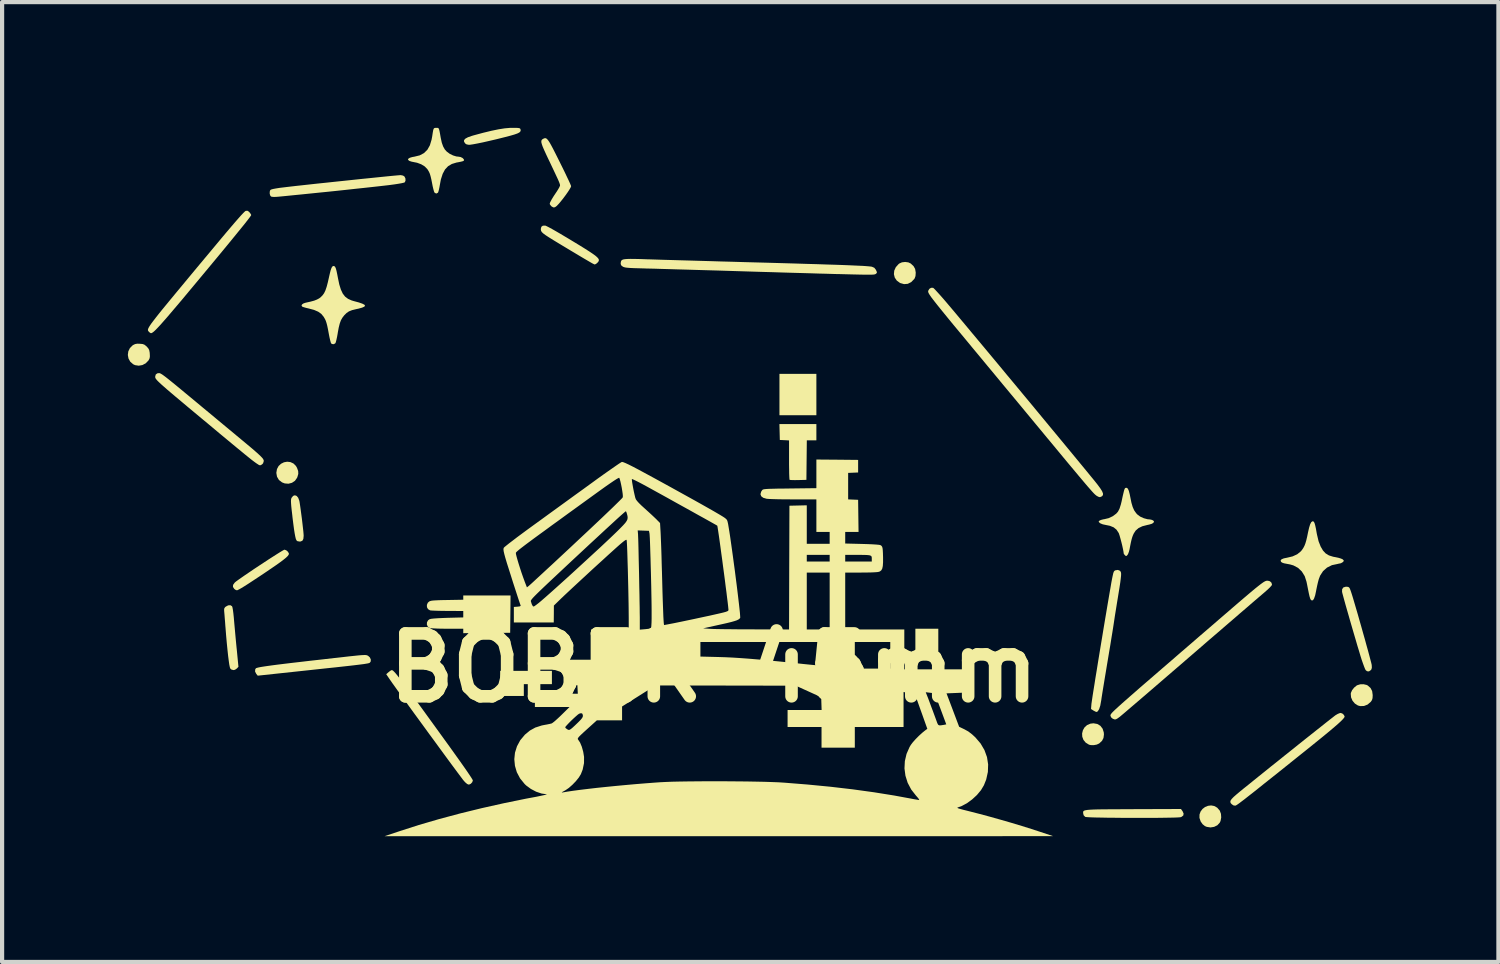
<source format=kicad_pcb>
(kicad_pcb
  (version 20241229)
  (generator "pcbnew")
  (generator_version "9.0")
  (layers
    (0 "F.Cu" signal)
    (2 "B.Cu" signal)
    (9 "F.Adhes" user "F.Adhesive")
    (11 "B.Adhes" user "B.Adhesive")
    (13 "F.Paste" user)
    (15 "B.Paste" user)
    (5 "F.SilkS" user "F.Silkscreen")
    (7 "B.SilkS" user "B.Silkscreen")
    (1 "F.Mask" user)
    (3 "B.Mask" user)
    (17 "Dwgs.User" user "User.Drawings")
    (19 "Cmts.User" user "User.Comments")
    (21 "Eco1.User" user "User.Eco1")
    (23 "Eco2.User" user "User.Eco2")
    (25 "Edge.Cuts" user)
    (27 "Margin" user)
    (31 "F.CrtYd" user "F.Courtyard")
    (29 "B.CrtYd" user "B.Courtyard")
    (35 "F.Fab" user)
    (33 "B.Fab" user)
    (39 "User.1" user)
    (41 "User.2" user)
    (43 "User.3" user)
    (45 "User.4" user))
  (footprint "BOBER 45mm"
    (layer "F.Cu")
    (at 13.978 12.885)
    (property "Reference" "BOBER 45mm" (at 0 0 0) (layer "F.SilkS") (effects (font (size 1.5 1.5) (thickness 0.3))))
    (attr board_only exclude_from_pos_files exclude_from_bom)
    (fp_poly (pts (xy 2.45 -6.522) (xy 2.45 -6.028) (xy 2.009 -6.028) (xy 1.569 -6.028) (xy 1.569 -6.522) (xy 1.569 -7.015) (xy 2.009 -7.015) (xy 2.45 -7.015)) (stroke (width 0) (type solid)) (fill yes) (layer "F.SilkS"))
    (fp_poly (pts (xy 5.359 -0.564) (xy 5.359 -0.194) (xy 5.085 -0.194) (xy 4.812 -0.194) (xy 4.812 -0.564) (xy 4.812 -0.934) (xy 5.085 -0.934) (xy 5.359 -0.934)) (stroke (width 0) (type solid)) (fill yes) (layer "F.SilkS"))
    (fp_poly (pts (xy -3.86 0.229) (xy -3.86 0.388) (xy -4.195 0.388) (xy -4.53 0.388) (xy -4.53 0.529) (xy -4.53 0.67) (xy -4.812 0.67) (xy -5.094 0.67) (xy -5.094 0.37) (xy -5.094 0.071) (xy -4.477 0.071) (xy -3.86 0.071)) (stroke (width 0) (type solid)) (fill yes) (layer "F.SilkS"))
    (fp_poly (pts (xy -10.099 -4.91) (xy -10.027 -4.877) (xy -9.968 -4.819) (xy -9.941 -4.772) (xy -9.914 -4.696) (xy -9.911 -4.629) (xy -9.932 -4.556) (xy -9.941 -4.534) (xy -9.991 -4.463) (xy -10.062 -4.416) (xy -10.145 -4.394) (xy -10.234 -4.401) (xy -10.299 -4.426) (xy -10.373 -4.483) (xy -10.419 -4.561) (xy -10.435 -4.653) (xy -10.42 -4.743) (xy -10.381 -4.816) (xy -10.323 -4.87) (xy -10.253 -4.905) (xy -10.176 -4.919)) (stroke (width 0) (type solid)) (fill yes) (layer "F.SilkS"))
    (fp_poly (pts (xy 9.152 1.338) (xy 9.226 1.382) (xy 9.279 1.451) (xy 9.307 1.539) (xy 9.311 1.589) (xy 9.3 1.673) (xy 9.265 1.741) (xy 9.199 1.802) (xy 9.198 1.803) (xy 9.14 1.83) (xy 9.066 1.844) (xy 8.993 1.842) (xy 8.954 1.832) (xy 8.875 1.783) (xy 8.822 1.718) (xy 8.794 1.643) (xy 8.79 1.565) (xy 8.809 1.488) (xy 8.848 1.42) (xy 8.908 1.365) (xy 8.987 1.331) (xy 9.061 1.322)) (stroke (width 0) (type solid)) (fill yes) (layer "F.SilkS"))
    (fp_poly (pts (xy 11.944 3.296) (xy 12.014 3.336) (xy 12.073 3.404) (xy 12.075 3.407) (xy 12.103 3.482) (xy 12.109 3.569) (xy 12.093 3.653) (xy 12.074 3.693) (xy 12.017 3.755) (xy 11.94 3.793) (xy 11.853 3.807) (xy 11.764 3.793) (xy 11.721 3.775) (xy 11.664 3.729) (xy 11.619 3.665) (xy 11.59 3.579) (xy 11.591 3.499) (xy 11.617 3.427) (xy 11.663 3.366) (xy 11.723 3.32) (xy 11.794 3.291) (xy 11.869 3.282)) (stroke (width 0) (type solid)) (fill yes) (layer "F.SilkS"))
    (fp_poly (pts (xy 4.644 -9.675) (xy 4.701 -9.648) (xy 4.768 -9.586) (xy 4.806 -9.519) (xy 4.82 -9.435) (xy 4.82 -9.423) (xy 4.815 -9.349) (xy 4.796 -9.296) (xy 4.785 -9.278) (xy 4.712 -9.204) (xy 4.63 -9.163) (xy 4.542 -9.156) (xy 4.45 -9.182) (xy 4.444 -9.185) (xy 4.368 -9.241) (xy 4.32 -9.312) (xy 4.3 -9.393) (xy 4.308 -9.478) (xy 4.345 -9.56) (xy 4.41 -9.633) (xy 4.429 -9.648) (xy 4.491 -9.676) (xy 4.568 -9.685)) (stroke (width 0) (type solid)) (fill yes) (layer "F.SilkS"))
    (fp_poly (pts (xy 2.45 -5.623) (xy 2.45 -5.429) (xy 2.336 -5.429) (xy 2.222 -5.429) (xy 2.217 -4.957) (xy 2.212 -4.486) (xy 2.017 -4.481) (xy 1.938 -4.48) (xy 1.871 -4.481) (xy 1.826 -4.484) (xy 1.81 -4.488) (xy 1.807 -4.509) (xy 1.804 -4.559) (xy 1.801 -4.636) (xy 1.8 -4.733) (xy 1.798 -4.847) (xy 1.798 -4.964) (xy 1.798 -5.427) (xy 1.688 -5.433) (xy 1.578 -5.438) (xy 1.573 -5.627) (xy 1.568 -5.817) (xy 2.009 -5.817) (xy 2.45 -5.817)) (stroke (width 0) (type solid)) (fill yes) (layer "F.SilkS"))
    (fp_poly (pts (xy 15.578 0.407) (xy 15.606 0.421) (xy 15.672 0.48) (xy 15.71 0.553) (xy 15.723 0.647) (xy 15.723 0.655) (xy 15.72 0.72) (xy 15.707 0.766) (xy 15.68 0.807) (xy 15.675 0.812) (xy 15.602 0.875) (xy 15.516 0.909) (xy 15.426 0.912) (xy 15.37 0.897) (xy 15.298 0.851) (xy 15.241 0.783) (xy 15.207 0.703) (xy 15.2 0.62) (xy 15.203 0.597) (xy 15.231 0.533) (xy 15.281 0.47) (xy 15.342 0.42) (xy 15.354 0.414) (xy 15.425 0.392) (xy 15.505 0.39)) (stroke (width 0) (type solid)) (fill yes) (layer "F.SilkS"))
    (fp_poly (pts (xy -13.691 -7.733) (xy -13.627 -7.727) (xy -13.584 -7.712) (xy -13.545 -7.682) (xy -13.526 -7.665) (xy -13.489 -7.622) (xy -13.468 -7.581) (xy -13.457 -7.525) (xy -13.455 -7.498) (xy -13.452 -7.434) (xy -13.458 -7.389) (xy -13.477 -7.349) (xy -13.487 -7.333) (xy -13.551 -7.267) (xy -13.631 -7.225) (xy -13.718 -7.21) (xy -13.805 -7.223) (xy -13.85 -7.244) (xy -13.92 -7.305) (xy -13.962 -7.381) (xy -13.978 -7.466) (xy -13.967 -7.551) (xy -13.929 -7.63) (xy -13.864 -7.695) (xy -13.85 -7.704) (xy -13.804 -7.726) (xy -13.752 -7.735)) (stroke (width 0) (type solid)) (fill yes) (layer "F.SilkS"))
    (fp_poly (pts (xy -4.724 -12.885) (xy -4.669 -12.882) (xy -4.637 -12.877) (xy -4.619 -12.868) (xy -4.61 -12.853) (xy -4.609 -12.848) (xy -4.605 -12.82) (xy -4.614 -12.796) (xy -4.639 -12.773) (xy -4.685 -12.75) (xy -4.753 -12.726) (xy -4.849 -12.698) (xy -4.975 -12.665) (xy -5.007 -12.657) (xy -5.191 -12.611) (xy -5.359 -12.572) (xy -5.508 -12.538) (xy -5.635 -12.512) (xy -5.736 -12.493) (xy -5.809 -12.482) (xy -5.841 -12.48) (xy -5.895 -12.49) (xy -5.929 -12.512) (xy -5.956 -12.554) (xy -5.956 -12.592) (xy -5.925 -12.627) (xy -5.864 -12.66) (xy -5.77 -12.693) (xy -5.726 -12.706) (xy -5.5 -12.767) (xy -5.302 -12.815) (xy -5.132 -12.85) (xy -4.986 -12.873) (xy -4.86 -12.884) (xy -4.808 -12.885)) (stroke (width 0) (type solid)) (fill yes) (layer "F.SilkS"))
    (fp_poly (pts (xy -9.951 -4.103) (xy -9.914 -4.06) (xy -9.888 -3.991) (xy -9.887 -3.991) (xy -9.879 -3.946) (xy -9.868 -3.874) (xy -9.855 -3.782) (xy -9.841 -3.676) (xy -9.826 -3.564) (xy -9.813 -3.453) (xy -9.801 -3.348) (xy -9.791 -3.259) (xy -9.785 -3.19) (xy -9.783 -3.151) (xy -9.79 -3.079) (xy -9.812 -3.035) (xy -9.854 -3.016) (xy -9.88 -3.014) (xy -9.934 -3.024) (xy -9.956 -3.045) (xy -9.97 -3.079) (xy -9.983 -3.132) (xy -9.997 -3.207) (xy -10.013 -3.308) (xy -10.03 -3.437) (xy -10.05 -3.598) (xy -10.054 -3.639) (xy -10.069 -3.765) (xy -10.079 -3.86) (xy -10.084 -3.93) (xy -10.086 -3.981) (xy -10.084 -4.015) (xy -10.079 -4.04) (xy -10.072 -4.057) (xy -10.035 -4.103) (xy -9.993 -4.118)) (stroke (width 0) (type solid)) (fill yes) (layer "F.SilkS"))
    (fp_poly (pts (xy -11.492 -1.471) (xy -11.482 -1.443) (xy -11.471 -1.384) (xy -11.46 -1.3) (xy -11.449 -1.194) (xy -11.446 -1.158) (xy -11.437 -1.053) (xy -11.425 -0.923) (xy -11.412 -0.778) (xy -11.398 -0.628) (xy -11.384 -0.485) (xy -11.38 -0.449) (xy -11.339 -0.026) (xy -11.375 0.013) (xy -11.421 0.045) (xy -11.46 0.053) (xy -11.512 0.037) (xy -11.535 0.013) (xy -11.545 -0.018) (xy -11.558 -0.082) (xy -11.571 -0.175) (xy -11.586 -0.293) (xy -11.601 -0.434) (xy -11.617 -0.595) (xy -11.633 -0.772) (xy -11.648 -0.963) (xy -11.651 -0.996) (xy -11.658 -1.095) (xy -11.666 -1.189) (xy -11.672 -1.27) (xy -11.677 -1.327) (xy -11.678 -1.334) (xy -11.681 -1.39) (xy -11.675 -1.424) (xy -11.656 -1.449) (xy -11.64 -1.462) (xy -11.584 -1.492) (xy -11.531 -1.495)) (stroke (width 0) (type solid)) (fill yes) (layer "F.SilkS"))
    (fp_poly (pts (xy -10.199 -2.806) (xy -10.16 -2.773) (xy -10.137 -2.734) (xy -10.135 -2.721) (xy -10.142 -2.698) (xy -10.164 -2.668) (xy -10.203 -2.63) (xy -10.262 -2.582) (xy -10.343 -2.521) (xy -10.447 -2.447) (xy -10.579 -2.357) (xy -10.665 -2.298) (xy -10.838 -2.182) (xy -10.984 -2.086) (xy -11.104 -2.007) (xy -11.2 -1.946) (xy -11.274 -1.901) (xy -11.328 -1.871) (xy -11.363 -1.854) (xy -11.378 -1.851) (xy -11.409 -1.862) (xy -11.44 -1.886) (xy -11.47 -1.932) (xy -11.467 -1.98) (xy -11.43 -2.032) (xy -11.426 -2.036) (xy -11.398 -2.06) (xy -11.345 -2.099) (xy -11.272 -2.15) (xy -11.183 -2.212) (xy -11.081 -2.281) (xy -10.971 -2.356) (xy -10.856 -2.432) (xy -10.74 -2.508) (xy -10.628 -2.582) (xy -10.522 -2.65) (xy -10.428 -2.71) (xy -10.348 -2.76) (xy -10.288 -2.796) (xy -10.25 -2.817) (xy -10.24 -2.82)) (stroke (width 0) (type solid)) (fill yes) (layer "F.SilkS"))
    (fp_poly (pts (xy 11.188 3.422) (xy 11.212 3.477) (xy 11.204 3.522) (xy 11.161 3.555) (xy 11.147 3.561) (xy 11.118 3.565) (xy 11.059 3.569) (xy 10.972 3.572) (xy 10.861 3.574) (xy 10.73 3.576) (xy 10.583 3.578) (xy 10.423 3.579) (xy 10.254 3.579) (xy 10.08 3.579) (xy 9.904 3.579) (xy 9.73 3.578) (xy 9.563 3.576) (xy 9.405 3.575) (xy 9.26 3.572) (xy 9.132 3.57) (xy 9.025 3.567) (xy 8.942 3.563) (xy 8.888 3.559) (xy 8.866 3.556) (xy 8.828 3.519) (xy 8.817 3.479) (xy 8.815 3.459) (xy 8.814 3.442) (xy 8.817 3.427) (xy 8.827 3.414) (xy 8.845 3.404) (xy 8.875 3.396) (xy 8.918 3.389) (xy 8.978 3.384) (xy 9.056 3.38) (xy 9.155 3.377) (xy 9.277 3.375) (xy 9.426 3.374) (xy 9.603 3.373) (xy 9.81 3.372) (xy 10.01 3.371) (xy 11.149 3.367)) (stroke (width 0) (type solid)) (fill yes) (layer "F.SilkS"))
    (fp_poly (pts (xy -3.988 -10.54) (xy -3.933 -10.512) (xy -3.857 -10.471) (xy -3.764 -10.418) (xy -3.659 -10.357) (xy -3.545 -10.289) (xy -3.519 -10.274) (xy -3.34 -10.166) (xy -3.19 -10.075) (xy -3.066 -9.998) (xy -2.966 -9.934) (xy -2.887 -9.881) (xy -2.827 -9.838) (xy -2.785 -9.802) (xy -2.758 -9.773) (xy -2.743 -9.749) (xy -2.739 -9.728) (xy -2.744 -9.707) (xy -2.749 -9.696) (xy -2.774 -9.666) (xy -2.808 -9.638) (xy -2.838 -9.625) (xy -2.841 -9.625) (xy -2.859 -9.633) (xy -2.895 -9.651) (xy -2.9 -9.654) (xy -2.937 -9.675) (xy -3 -9.712) (xy -3.084 -9.761) (xy -3.182 -9.819) (xy -3.292 -9.885) (xy -3.406 -9.953) (xy -3.522 -10.023) (xy -3.634 -10.09) (xy -3.736 -10.152) (xy -3.825 -10.206) (xy -3.894 -10.249) (xy -3.931 -10.272) (xy -4.012 -10.325) (xy -4.066 -10.365) (xy -4.1 -10.397) (xy -4.118 -10.427) (xy -4.124 -10.459) (xy -4.125 -10.471) (xy -4.112 -10.524) (xy -4.075 -10.551) (xy -4.017 -10.552)) (stroke (width 0) (type solid)) (fill yes) (layer "F.SilkS"))
    (fp_poly (pts (xy 15.109 -1.936) (xy 15.14 -1.931) (xy 15.161 -1.918) (xy 15.179 -1.89) (xy 15.198 -1.839) (xy 15.209 -1.807) (xy 15.229 -1.745) (xy 15.256 -1.657) (xy 15.288 -1.548) (xy 15.325 -1.422) (xy 15.366 -1.283) (xy 15.408 -1.134) (xy 15.452 -0.981) (xy 15.495 -0.827) (xy 15.538 -0.676) (xy 15.577 -0.533) (xy 15.614 -0.401) (xy 15.645 -0.285) (xy 15.67 -0.19) (xy 15.689 -0.118) (xy 15.699 -0.074) (xy 15.7 -0.066) (xy 15.703 -0.007) (xy 15.694 0.032) (xy 15.679 0.053) (xy 15.634 0.084) (xy 15.589 0.08) (xy 15.556 0.054) (xy 15.541 0.026) (xy 15.519 -0.029) (xy 15.491 -0.106) (xy 15.459 -0.198) (xy 15.429 -0.294) (xy 15.397 -0.402) (xy 15.359 -0.526) (xy 15.319 -0.664) (xy 15.276 -0.81) (xy 15.232 -0.961) (xy 15.188 -1.112) (xy 15.146 -1.259) (xy 15.106 -1.398) (xy 15.07 -1.524) (xy 15.04 -1.633) (xy 15.016 -1.721) (xy 14.999 -1.784) (xy 14.992 -1.816) (xy 14.994 -1.877) (xy 15.023 -1.919) (xy 15.078 -1.936)) (stroke (width 0) (type solid)) (fill yes) (layer "F.SilkS"))
    (fp_poly (pts (xy -8.294 -0.305) (xy -8.274 -0.301) (xy -8.258 -0.294) (xy -8.244 -0.287) (xy -8.203 -0.249) (xy -8.181 -0.201) (xy -8.183 -0.154) (xy -8.202 -0.126) (xy -8.209 -0.121) (xy -8.221 -0.116) (xy -8.238 -0.11) (xy -8.263 -0.105) (xy -8.299 -0.099) (xy -8.347 -0.091) (xy -8.41 -0.083) (xy -8.491 -0.073) (xy -8.59 -0.061) (xy -8.712 -0.047) (xy -8.858 -0.031) (xy -9.029 -0.012) (xy -9.23 0.009) (xy -9.461 0.034) (xy -9.692 0.059) (xy -10.879 0.186) (xy -10.913 0.144) (xy -10.942 0.088) (xy -10.939 0.037) (xy -10.924 0.012) (xy -10.914 0.005) (xy -10.891 -0.002) (xy -10.855 -0.011) (xy -10.804 -0.021) (xy -10.735 -0.032) (xy -10.648 -0.045) (xy -10.539 -0.06) (xy -10.409 -0.077) (xy -10.254 -0.096) (xy -10.072 -0.118) (xy -9.863 -0.142) (xy -9.625 -0.17) (xy -9.355 -0.2) (xy -9.052 -0.235) (xy -9.019 -0.238) (xy -8.842 -0.258) (xy -8.696 -0.275) (xy -8.578 -0.287) (xy -8.485 -0.297) (xy -8.414 -0.303) (xy -8.36 -0.306) (xy -8.321 -0.307)) (stroke (width 0) (type solid)) (fill yes) (layer "F.SilkS"))
    (fp_poly (pts (xy -4.851 -1.282) (xy -4.856 -0.837) (xy -5.416 -0.833) (xy -5.975 -0.828) (xy -5.975 -0.881) (xy -5.975 -0.934) (xy -6.353 -0.934) (xy -6.468 -0.935) (xy -6.573 -0.937) (xy -6.662 -0.941) (xy -6.73 -0.945) (xy -6.771 -0.95) (xy -6.777 -0.952) (xy -6.822 -0.985) (xy -6.843 -1.033) (xy -6.841 -1.087) (xy -6.814 -1.135) (xy -6.78 -1.16) (xy -6.744 -1.17) (xy -6.675 -1.178) (xy -6.573 -1.185) (xy -6.438 -1.191) (xy -6.354 -1.194) (xy -5.975 -1.204) (xy -5.975 -1.281) (xy -5.975 -1.357) (xy -6.35 -1.359) (xy -6.464 -1.36) (xy -6.568 -1.362) (xy -6.657 -1.365) (xy -6.724 -1.368) (xy -6.763 -1.372) (xy -6.768 -1.373) (xy -6.816 -1.402) (xy -6.841 -1.448) (xy -6.843 -1.502) (xy -6.821 -1.554) (xy -6.789 -1.583) (xy -6.769 -1.593) (xy -6.74 -1.601) (xy -6.697 -1.607) (xy -6.636 -1.611) (xy -6.552 -1.615) (xy -6.441 -1.618) (xy -6.36 -1.619) (xy -5.975 -1.626) (xy -5.975 -1.676) (xy -5.975 -1.727) (xy -5.411 -1.727) (xy -4.847 -1.727)) (stroke (width 0) (type solid)) (fill yes) (layer "F.SilkS"))
    (fp_poly (pts (xy -7.668 0.056) (xy -7.651 0.066) (xy -7.63 0.086) (xy -7.601 0.116) (xy -7.565 0.159) (xy -7.519 0.217) (xy -7.461 0.291) (xy -7.392 0.382) (xy -7.309 0.494) (xy -7.21 0.627) (xy -7.096 0.784) (xy -6.963 0.966) (xy -6.826 1.155) (xy -6.634 1.42) (xy -6.462 1.658) (xy -6.309 1.869) (xy -6.177 2.054) (xy -6.063 2.213) (xy -5.967 2.349) (xy -5.89 2.46) (xy -5.83 2.548) (xy -5.786 2.615) (xy -5.759 2.659) (xy -5.747 2.683) (xy -5.746 2.686) (xy -5.761 2.728) (xy -5.795 2.765) (xy -5.836 2.784) (xy -5.843 2.785) (xy -5.881 2.771) (xy -5.931 2.728) (xy -5.963 2.692) (xy -5.986 2.664) (xy -6.026 2.61) (xy -6.084 2.533) (xy -6.156 2.436) (xy -6.242 2.32) (xy -6.338 2.19) (xy -6.442 2.048) (xy -6.554 1.895) (xy -6.67 1.736) (xy -6.79 1.573) (xy -6.91 1.408) (xy -7.029 1.245) (xy -7.146 1.085) (xy -7.257 0.932) (xy -7.361 0.788) (xy -7.456 0.656) (xy -7.541 0.54) (xy -7.612 0.44) (xy -7.669 0.361) (xy -7.708 0.304) (xy -7.717 0.292) (xy -7.813 0.151) (xy -7.757 0.102) (xy -7.718 0.071) (xy -7.686 0.054) (xy -7.68 0.053)) (stroke (width 0) (type solid)) (fill yes) (layer "F.SilkS"))
    (fp_poly (pts (xy -7.413 -11.746) (xy -7.379 -11.725) (xy -7.356 -11.681) (xy -7.352 -11.63) (xy -7.367 -11.59) (xy -7.373 -11.584) (xy -7.398 -11.575) (xy -7.451 -11.563) (xy -7.526 -11.55) (xy -7.616 -11.536) (xy -7.669 -11.529) (xy -7.751 -11.518) (xy -7.864 -11.505) (xy -8.005 -11.489) (xy -8.168 -11.471) (xy -8.351 -11.451) (xy -8.549 -11.43) (xy -8.759 -11.407) (xy -8.975 -11.384) (xy -9.195 -11.361) (xy -9.415 -11.339) (xy -9.63 -11.317) (xy -9.836 -11.296) (xy -10.03 -11.277) (xy -10.207 -11.259) (xy -10.364 -11.244) (xy -10.435 -11.238) (xy -10.495 -11.236) (xy -10.544 -11.241) (xy -10.563 -11.247) (xy -10.584 -11.277) (xy -10.594 -11.324) (xy -10.59 -11.374) (xy -10.58 -11.398) (xy -10.568 -11.408) (xy -10.543 -11.418) (xy -10.502 -11.428) (xy -10.442 -11.439) (xy -10.361 -11.452) (xy -10.254 -11.465) (xy -10.12 -11.481) (xy -9.955 -11.5) (xy -9.871 -11.509) (xy -9.67 -11.531) (xy -9.461 -11.554) (xy -9.248 -11.576) (xy -9.034 -11.599) (xy -8.822 -11.621) (xy -8.615 -11.643) (xy -8.416 -11.664) (xy -8.227 -11.683) (xy -8.052 -11.701) (xy -7.895 -11.717) (xy -7.757 -11.731) (xy -7.643 -11.742) (xy -7.554 -11.75) (xy -7.495 -11.755) (xy -7.468 -11.757)) (stroke (width 0) (type solid)) (fill yes) (layer "F.SilkS"))
    (fp_poly (pts (xy -4.001 -12.635) (xy -3.978 -12.62) (xy -3.951 -12.589) (xy -3.919 -12.542) (xy -3.88 -12.474) (xy -3.832 -12.384) (xy -3.773 -12.268) (xy -3.701 -12.124) (xy -3.675 -12.072) (xy -3.611 -11.943) (xy -3.552 -11.823) (xy -3.501 -11.715) (xy -3.458 -11.625) (xy -3.426 -11.555) (xy -3.407 -11.509) (xy -3.402 -11.493) (xy -3.412 -11.464) (xy -3.441 -11.414) (xy -3.484 -11.348) (xy -3.537 -11.273) (xy -3.596 -11.194) (xy -3.657 -11.118) (xy -3.69 -11.079) (xy -3.745 -11.021) (xy -3.787 -10.99) (xy -3.824 -10.986) (xy -3.861 -11.005) (xy -3.875 -11.017) (xy -3.902 -11.049) (xy -3.913 -11.071) (xy -3.902 -11.108) (xy -3.869 -11.171) (xy -3.816 -11.258) (xy -3.761 -11.34) (xy -3.72 -11.403) (xy -3.687 -11.459) (xy -3.669 -11.499) (xy -3.666 -11.51) (xy -3.667 -11.525) (xy -3.672 -11.544) (xy -3.681 -11.571) (xy -3.696 -11.609) (xy -3.719 -11.662) (xy -3.752 -11.732) (xy -3.795 -11.824) (xy -3.85 -11.94) (xy -3.918 -12.084) (xy -3.93 -12.108) (xy -3.994 -12.243) (xy -4.043 -12.35) (xy -4.079 -12.433) (xy -4.101 -12.496) (xy -4.112 -12.541) (xy -4.112 -12.573) (xy -4.103 -12.596) (xy -4.085 -12.613) (xy -4.07 -12.622) (xy -4.045 -12.634) (xy -4.023 -12.639)) (stroke (width 0) (type solid)) (fill yes) (layer "F.SilkS"))
    (fp_poly (pts (xy 14.998 1.088) (xy 15.034 1.12) (xy 15.053 1.156) (xy 15.053 1.161) (xy 15.048 1.178) (xy 15.031 1.202) (xy 15.002 1.235) (xy 14.958 1.279) (xy 14.899 1.333) (xy 14.822 1.4) (xy 14.726 1.482) (xy 14.61 1.578) (xy 14.472 1.691) (xy 14.31 1.822) (xy 14.124 1.972) (xy 13.925 2.131) (xy 13.693 2.317) (xy 13.487 2.482) (xy 13.305 2.627) (xy 13.146 2.753) (xy 13.009 2.863) (xy 12.891 2.957) (xy 12.791 3.035) (xy 12.707 3.101) (xy 12.639 3.154) (xy 12.583 3.196) (xy 12.54 3.229) (xy 12.507 3.252) (xy 12.482 3.269) (xy 12.465 3.279) (xy 12.453 3.285) (xy 12.451 3.286) (xy 12.408 3.284) (xy 12.364 3.256) (xy 12.337 3.228) (xy 12.326 3.199) (xy 12.332 3.167) (xy 12.358 3.128) (xy 12.407 3.078) (xy 12.481 3.013) (xy 12.554 2.952) (xy 12.643 2.879) (xy 12.751 2.793) (xy 12.873 2.694) (xy 13.008 2.585) (xy 13.154 2.468) (xy 13.306 2.345) (xy 13.465 2.219) (xy 13.625 2.09) (xy 13.786 1.962) (xy 13.944 1.835) (xy 14.097 1.713) (xy 14.243 1.597) (xy 14.379 1.489) (xy 14.502 1.392) (xy 14.61 1.306) (xy 14.7 1.235) (xy 14.771 1.18) (xy 14.818 1.143) (xy 14.84 1.127) (xy 14.892 1.097) (xy 14.938 1.079) (xy 14.957 1.075)) (stroke (width 0) (type solid)) (fill yes) (layer "F.SilkS"))
    (fp_poly (pts (xy -11.092 -10.886) (xy -11.075 -10.869) (xy -11.048 -10.833) (xy -11.035 -10.807) (xy -11.034 -10.805) (xy -11.043 -10.788) (xy -11.069 -10.751) (xy -11.114 -10.692) (xy -11.177 -10.611) (xy -11.26 -10.508) (xy -11.362 -10.383) (xy -11.484 -10.233) (xy -11.626 -10.06) (xy -11.79 -9.861) (xy -11.975 -9.638) (xy -12.183 -9.388) (xy -12.346 -9.192) (xy -12.524 -8.979) (xy -12.681 -8.79) (xy -12.819 -8.627) (xy -12.939 -8.486) (xy -13.041 -8.366) (xy -13.129 -8.266) (xy -13.202 -8.183) (xy -13.263 -8.118) (xy -13.312 -8.067) (xy -13.351 -8.03) (xy -13.382 -8.005) (xy -13.406 -7.991) (xy -13.424 -7.985) (xy -13.427 -7.985) (xy -13.451 -7.997) (xy -13.473 -8.017) (xy -13.483 -8.028) (xy -13.491 -8.038) (xy -13.497 -8.05) (xy -13.499 -8.064) (xy -13.496 -8.082) (xy -13.487 -8.105) (xy -13.471 -8.135) (xy -13.447 -8.173) (xy -13.414 -8.221) (xy -13.37 -8.279) (xy -13.315 -8.351) (xy -13.248 -8.436) (xy -13.167 -8.537) (xy -13.071 -8.654) (xy -12.96 -8.789) (xy -12.831 -8.945) (xy -12.685 -9.121) (xy -12.52 -9.32) (xy -12.335 -9.543) (xy -12.128 -9.791) (xy -12.08 -9.848) (xy -11.907 -10.056) (xy -11.756 -10.237) (xy -11.624 -10.394) (xy -11.511 -10.527) (xy -11.416 -10.638) (xy -11.338 -10.727) (xy -11.276 -10.797) (xy -11.228 -10.848) (xy -11.193 -10.883) (xy -11.171 -10.901) (xy -11.164 -10.904) (xy -11.125 -10.907)) (stroke (width 0) (type solid)) (fill yes) (layer "F.SilkS"))
    (fp_poly (pts (xy 9.693 -2.317) (xy 9.712 -2.292) (xy 9.718 -2.272) (xy 9.721 -2.241) (xy 9.719 -2.194) (xy 9.712 -2.129) (xy 9.701 -2.041) (xy 9.684 -1.929) (xy 9.661 -1.787) (xy 9.644 -1.682) (xy 9.622 -1.549) (xy 9.598 -1.398) (xy 9.573 -1.245) (xy 9.552 -1.105) (xy 9.545 -1.058) (xy 9.531 -0.967) (xy 9.512 -0.848) (xy 9.489 -0.708) (xy 9.464 -0.551) (xy 9.436 -0.386) (xy 9.408 -0.217) (xy 9.384 -0.074) (xy 9.358 0.084) (xy 9.332 0.239) (xy 9.308 0.385) (xy 9.286 0.518) (xy 9.268 0.631) (xy 9.254 0.72) (xy 9.246 0.779) (xy 9.245 0.78) (xy 9.224 0.899) (xy 9.196 0.985) (xy 9.164 1.036) (xy 9.138 1.052) (xy 9.114 1.046) (xy 9.075 1.026) (xy 9.062 1.019) (xy 9.003 0.981) (xy 9.013 0.856) (xy 9.018 0.821) (xy 9.028 0.754) (xy 9.042 0.658) (xy 9.061 0.538) (xy 9.084 0.396) (xy 9.109 0.236) (xy 9.138 0.061) (xy 9.168 -0.127) (xy 9.2 -0.322) (xy 9.233 -0.523) (xy 9.267 -0.726) (xy 9.3 -0.928) (xy 9.333 -1.126) (xy 9.365 -1.315) (xy 9.395 -1.494) (xy 9.423 -1.658) (xy 9.448 -1.804) (xy 9.47 -1.93) (xy 9.487 -2.031) (xy 9.501 -2.105) (xy 9.502 -2.112) (xy 9.52 -2.199) (xy 9.533 -2.257) (xy 9.546 -2.294) (xy 9.561 -2.315) (xy 9.579 -2.326) (xy 9.585 -2.328) (xy 9.644 -2.337)) (stroke (width 0) (type solid)) (fill yes) (layer "F.SilkS"))
    (fp_poly (pts (xy -13.222 -7.032) (xy -13.206 -7.027) (xy -13.185 -7.016) (xy -13.157 -6.999) (xy -13.119 -6.972) (xy -13.071 -6.936) (xy -13.009 -6.887) (xy -12.932 -6.825) (xy -12.837 -6.748) (xy -12.723 -6.654) (xy -12.587 -6.541) (xy -12.427 -6.409) (xy -12.336 -6.333) (xy -12.198 -6.218) (xy -12.042 -6.089) (xy -11.876 -5.951) (xy -11.709 -5.812) (xy -11.55 -5.68) (xy -11.407 -5.562) (xy -11.396 -5.552) (xy -11.244 -5.426) (xy -11.117 -5.32) (xy -11.012 -5.232) (xy -10.929 -5.16) (xy -10.864 -5.102) (xy -10.815 -5.056) (xy -10.78 -5.02) (xy -10.756 -4.992) (xy -10.743 -4.969) (xy -10.736 -4.95) (xy -10.735 -4.934) (xy -10.751 -4.881) (xy -10.774 -4.857) (xy -10.804 -4.838) (xy -10.827 -4.833) (xy -10.855 -4.844) (xy -10.899 -4.873) (xy -10.904 -4.876) (xy -10.927 -4.892) (xy -10.953 -4.911) (xy -10.984 -4.934) (xy -11.022 -4.963) (xy -11.067 -4.999) (xy -11.123 -5.044) (xy -11.191 -5.099) (xy -11.273 -5.167) (xy -11.371 -5.247) (xy -11.487 -5.343) (xy -11.622 -5.455) (xy -11.779 -5.585) (xy -11.958 -5.735) (xy -12.163 -5.906) (xy -12.171 -5.912) (xy -12.375 -6.082) (xy -12.554 -6.231) (xy -12.708 -6.361) (xy -12.841 -6.472) (xy -12.953 -6.567) (xy -13.047 -6.647) (xy -13.123 -6.714) (xy -13.184 -6.768) (xy -13.232 -6.813) (xy -13.268 -6.848) (xy -13.293 -6.876) (xy -13.31 -6.898) (xy -13.32 -6.915) (xy -13.324 -6.93) (xy -13.326 -6.944) (xy -13.326 -6.944) (xy -13.313 -6.998) (xy -13.276 -7.027) (xy -13.235 -7.033)) (stroke (width 0) (type solid)) (fill yes) (layer "F.SilkS"))
    (fp_poly (pts (xy -6.575 -12.882) (xy -6.562 -12.87) (xy -6.551 -12.845) (xy -6.54 -12.8) (xy -6.527 -12.73) (xy -6.513 -12.649) (xy -6.487 -12.53) (xy -6.455 -12.44) (xy -6.415 -12.369) (xy -6.369 -12.318) (xy -6.302 -12.268) (xy -6.22 -12.227) (xy -6.139 -12.202) (xy -6.098 -12.198) (xy -6.04 -12.189) (xy -5.991 -12.165) (xy -5.962 -12.134) (xy -5.958 -12.118) (xy -5.96 -12.105) (xy -5.969 -12.096) (xy -5.992 -12.087) (xy -6.036 -12.076) (xy -6.106 -12.062) (xy -6.136 -12.057) (xy -6.247 -12.023) (xy -6.338 -11.969) (xy -6.41 -11.892) (xy -6.466 -11.788) (xy -6.509 -11.654) (xy -6.531 -11.537) (xy -6.545 -11.46) (xy -6.559 -11.396) (xy -6.572 -11.352) (xy -6.578 -11.339) (xy -6.613 -11.318) (xy -6.65 -11.33) (xy -6.661 -11.341) (xy -6.673 -11.367) (xy -6.688 -11.421) (xy -6.705 -11.492) (xy -6.717 -11.554) (xy -6.737 -11.656) (xy -6.755 -11.731) (xy -6.772 -11.788) (xy -6.792 -11.834) (xy -6.817 -11.877) (xy -6.834 -11.902) (xy -6.893 -11.963) (xy -6.978 -12.015) (xy -7.077 -12.052) (xy -7.148 -12.066) (xy -7.207 -12.078) (xy -7.256 -12.094) (xy -7.271 -12.103) (xy -7.294 -12.124) (xy -7.288 -12.143) (xy -7.277 -12.155) (xy -7.246 -12.172) (xy -7.192 -12.188) (xy -7.141 -12.197) (xy -7.015 -12.228) (xy -6.913 -12.282) (xy -6.832 -12.361) (xy -6.772 -12.467) (xy -6.731 -12.602) (xy -6.716 -12.682) (xy -6.703 -12.769) (xy -6.693 -12.826) (xy -6.682 -12.861) (xy -6.667 -12.878) (xy -6.645 -12.884) (xy -6.618 -12.885) (xy -6.593 -12.885)) (stroke (width 0) (type solid)) (fill yes) (layer "F.SilkS"))
    (fp_poly (pts (xy 14.305 -3.496) (xy 14.322 -3.482) (xy 14.337 -3.451) (xy 14.352 -3.398) (xy 14.369 -3.32) (xy 14.388 -3.211) (xy 14.392 -3.19) (xy 14.432 -3.021) (xy 14.482 -2.894) (xy 14.537 -2.8) (xy 14.6 -2.732) (xy 14.678 -2.684) (xy 14.779 -2.652) (xy 14.838 -2.641) (xy 14.908 -2.626) (xy 14.967 -2.608) (xy 15.005 -2.591) (xy 15.007 -2.589) (xy 15.032 -2.565) (xy 15.03 -2.546) (xy 15.013 -2.525) (xy 14.966 -2.497) (xy 14.888 -2.481) (xy 14.888 -2.48) (xy 14.751 -2.451) (xy 14.634 -2.393) (xy 14.539 -2.309) (xy 14.469 -2.201) (xy 14.437 -2.117) (xy 14.417 -2.043) (xy 14.396 -1.951) (xy 14.377 -1.859) (xy 14.374 -1.842) (xy 14.351 -1.732) (xy 14.325 -1.656) (xy 14.299 -1.615) (xy 14.27 -1.608) (xy 14.244 -1.629) (xy 14.231 -1.657) (xy 14.215 -1.71) (xy 14.2 -1.777) (xy 14.197 -1.792) (xy 14.179 -1.881) (xy 14.16 -1.978) (xy 14.144 -2.056) (xy 14.101 -2.189) (xy 14.032 -2.3) (xy 13.942 -2.386) (xy 13.831 -2.445) (xy 13.752 -2.468) (xy 13.688 -2.48) (xy 13.63 -2.491) (xy 13.605 -2.496) (xy 13.561 -2.512) (xy 13.536 -2.531) (xy 13.526 -2.563) (xy 13.549 -2.591) (xy 13.603 -2.613) (xy 13.682 -2.629) (xy 13.812 -2.66) (xy 13.923 -2.711) (xy 14.009 -2.781) (xy 14.037 -2.815) (xy 14.07 -2.865) (xy 14.096 -2.915) (xy 14.118 -2.972) (xy 14.139 -3.044) (xy 14.161 -3.138) (xy 14.18 -3.232) (xy 14.206 -3.345) (xy 14.231 -3.426) (xy 14.257 -3.476) (xy 14.284 -3.497)) (stroke (width 0) (type solid)) (fill yes) (layer "F.SilkS"))
    (fp_poly (pts (xy 9.883 -4.273) (xy 9.905 -4.223) (xy 9.926 -4.142) (xy 9.941 -4.068) (xy 9.967 -3.939) (xy 9.997 -3.838) (xy 10.032 -3.759) (xy 10.077 -3.694) (xy 10.107 -3.661) (xy 10.175 -3.61) (xy 10.263 -3.57) (xy 10.354 -3.546) (xy 10.395 -3.543) (xy 10.439 -3.536) (xy 10.48 -3.52) (xy 10.503 -3.5) (xy 10.505 -3.494) (xy 10.493 -3.463) (xy 10.456 -3.439) (xy 10.39 -3.419) (xy 10.347 -3.41) (xy 10.227 -3.379) (xy 10.136 -3.335) (xy 10.068 -3.276) (xy 10.023 -3.207) (xy 10.003 -3.164) (xy 9.987 -3.121) (xy 9.972 -3.07) (xy 9.956 -3.004) (xy 9.938 -2.915) (xy 9.923 -2.834) (xy 9.907 -2.771) (xy 9.887 -2.718) (xy 9.873 -2.695) (xy 9.849 -2.67) (xy 9.831 -2.671) (xy 9.813 -2.687) (xy 9.789 -2.715) (xy 9.783 -2.729) (xy 9.778 -2.768) (xy 9.766 -2.832) (xy 9.749 -2.911) (xy 9.728 -2.997) (xy 9.706 -3.08) (xy 9.686 -3.152) (xy 9.669 -3.203) (xy 9.663 -3.218) (xy 9.611 -3.297) (xy 9.543 -3.353) (xy 9.453 -3.39) (xy 9.344 -3.412) (xy 9.283 -3.425) (xy 9.231 -3.446) (xy 9.213 -3.457) (xy 9.188 -3.482) (xy 9.188 -3.499) (xy 9.206 -3.514) (xy 9.241 -3.53) (xy 9.295 -3.544) (xy 9.325 -3.549) (xy 9.425 -3.573) (xy 9.522 -3.619) (xy 9.604 -3.68) (xy 9.646 -3.728) (xy 9.682 -3.797) (xy 9.714 -3.897) (xy 9.733 -3.975) (xy 9.756 -4.085) (xy 9.775 -4.166) (xy 9.789 -4.223) (xy 9.8 -4.259) (xy 9.81 -4.28) (xy 9.82 -4.291) (xy 9.829 -4.295) (xy 9.858 -4.296)) (stroke (width 0) (type solid)) (fill yes) (layer "F.SilkS"))
    (fp_poly (pts (xy -9.049 -9.584) (xy -9.031 -9.565) (xy -9.015 -9.529) (xy -8.999 -9.471) (xy -8.981 -9.385) (xy -8.965 -9.302) (xy -8.933 -9.148) (xy -8.895 -9.026) (xy -8.85 -8.93) (xy -8.794 -8.858) (xy -8.724 -8.805) (xy -8.639 -8.767) (xy -8.586 -8.751) (xy -8.467 -8.719) (xy -8.383 -8.69) (xy -8.333 -8.664) (xy -8.318 -8.64) (xy -8.337 -8.618) (xy -8.389 -8.595) (xy -8.475 -8.571) (xy -8.531 -8.559) (xy -8.629 -8.535) (xy -8.702 -8.506) (xy -8.76 -8.467) (xy -8.813 -8.414) (xy -8.858 -8.356) (xy -8.894 -8.293) (xy -8.922 -8.216) (xy -8.946 -8.12) (xy -8.969 -7.996) (xy -8.97 -7.987) (xy -8.985 -7.902) (xy -9.001 -7.828) (xy -9.015 -7.774) (xy -9.026 -7.746) (xy -9.026 -7.746) (xy -9.064 -7.723) (xy -9.106 -7.727) (xy -9.128 -7.743) (xy -9.138 -7.769) (xy -9.152 -7.822) (xy -9.168 -7.893) (xy -9.182 -7.965) (xy -9.203 -8.079) (xy -9.221 -8.165) (xy -9.238 -8.23) (xy -9.255 -8.281) (xy -9.275 -8.324) (xy -9.3 -8.367) (xy -9.306 -8.377) (xy -9.361 -8.444) (xy -9.436 -8.498) (xy -9.536 -8.541) (xy -9.66 -8.574) (xy -9.727 -8.59) (xy -9.783 -8.606) (xy -9.816 -8.618) (xy -9.818 -8.62) (xy -9.834 -8.644) (xy -9.822 -8.671) (xy -9.786 -8.696) (xy -9.737 -8.712) (xy -9.62 -8.738) (xy -9.532 -8.762) (xy -9.466 -8.788) (xy -9.414 -8.816) (xy -9.38 -8.841) (xy -9.334 -8.887) (xy -9.296 -8.939) (xy -9.264 -9.005) (xy -9.235 -9.09) (xy -9.206 -9.2) (xy -9.184 -9.298) (xy -9.159 -9.407) (xy -9.139 -9.486) (xy -9.12 -9.54) (xy -9.103 -9.571) (xy -9.084 -9.586) (xy -9.069 -9.589)) (stroke (width 0) (type solid)) (fill yes) (layer "F.SilkS"))
    (fp_poly (pts (xy 13.27 -2.067) (xy 13.306 -2.035) (xy 13.32 -1.992) (xy 13.317 -1.975) (xy 13.3 -1.952) (xy 13.261 -1.91) (xy 13.204 -1.857) (xy 13.136 -1.797) (xy 13.109 -1.774) (xy 13.069 -1.74) (xy 13.006 -1.686) (xy 12.919 -1.612) (xy 12.811 -1.519) (xy 12.685 -1.41) (xy 12.541 -1.287) (xy 12.383 -1.15) (xy 12.211 -1.002) (xy 12.028 -0.844) (xy 11.835 -0.679) (xy 11.636 -0.506) (xy 11.431 -0.329) (xy 11.34 -0.251) (xy 11.136 -0.074) (xy 10.938 0.096) (xy 10.748 0.26) (xy 10.568 0.415) (xy 10.4 0.56) (xy 10.245 0.693) (xy 10.105 0.813) (xy 9.982 0.918) (xy 9.878 1.007) (xy 9.794 1.079) (xy 9.732 1.131) (xy 9.695 1.162) (xy 9.685 1.17) (xy 9.631 1.209) (xy 9.595 1.228) (xy 9.564 1.23) (xy 9.529 1.216) (xy 9.518 1.211) (xy 9.483 1.181) (xy 9.469 1.149) (xy 9.467 1.141) (xy 9.466 1.133) (xy 9.467 1.125) (xy 9.471 1.115) (xy 9.479 1.102) (xy 9.492 1.085) (xy 9.511 1.063) (xy 9.539 1.035) (xy 9.575 1) (xy 9.622 0.957) (xy 9.68 0.904) (xy 9.75 0.841) (xy 9.834 0.767) (xy 9.933 0.68) (xy 10.049 0.579) (xy 10.181 0.463) (xy 10.333 0.332) (xy 10.504 0.184) (xy 10.696 0.018) (xy 10.911 -0.167) (xy 11.148 -0.373) (xy 11.411 -0.599) (xy 11.607 -0.769) (xy 11.841 -0.97) (xy 12.049 -1.15) (xy 12.234 -1.309) (xy 12.396 -1.449) (xy 12.538 -1.571) (xy 12.661 -1.676) (xy 12.767 -1.766) (xy 12.856 -1.841) (xy 12.931 -1.903) (xy 12.994 -1.953) (xy 13.045 -1.993) (xy 13.086 -2.023) (xy 13.119 -2.046) (xy 13.145 -2.061) (xy 13.166 -2.071) (xy 13.183 -2.077) (xy 13.198 -2.079) (xy 13.212 -2.08) (xy 13.221 -2.08)) (stroke (width 0) (type solid)) (fill yes) (layer "F.SilkS"))
    (fp_poly (pts (xy 5.253 -9.054) (xy 5.291 -9.015) (xy 5.346 -8.955) (xy 5.414 -8.88) (xy 5.491 -8.792) (xy 5.575 -8.694) (xy 5.582 -8.685) (xy 5.666 -8.586) (xy 5.767 -8.466) (xy 5.883 -8.327) (xy 6.013 -8.172) (xy 6.155 -8.001) (xy 6.308 -7.818) (xy 6.471 -7.623) (xy 6.64 -7.42) (xy 6.816 -7.209) (xy 6.995 -6.992) (xy 7.178 -6.773) (xy 7.362 -6.551) (xy 7.545 -6.331) (xy 7.726 -6.112) (xy 7.903 -5.898) (xy 8.075 -5.69) (xy 8.24 -5.491) (xy 8.397 -5.301) (xy 8.544 -5.123) (xy 8.679 -4.959) (xy 8.801 -4.811) (xy 8.908 -4.681) (xy 8.998 -4.571) (xy 9.071 -4.482) (xy 9.124 -4.416) (xy 9.152 -4.381) (xy 9.221 -4.288) (xy 9.266 -4.217) (xy 9.288 -4.163) (xy 9.288 -4.125) (xy 9.267 -4.097) (xy 9.255 -4.09) (xy 9.222 -4.075) (xy 9.194 -4.076) (xy 9.157 -4.094) (xy 9.138 -4.105) (xy 9.124 -4.115) (xy 9.107 -4.129) (xy 9.085 -4.149) (xy 9.058 -4.177) (xy 9.024 -4.214) (xy 8.982 -4.262) (xy 8.929 -4.322) (xy 8.865 -4.397) (xy 8.789 -4.487) (xy 8.698 -4.595) (xy 8.593 -4.721) (xy 8.47 -4.868) (xy 8.329 -5.038) (xy 8.169 -5.231) (xy 7.988 -5.45) (xy 7.968 -5.473) (xy 7.821 -5.651) (xy 7.656 -5.85) (xy 7.478 -6.065) (xy 7.291 -6.291) (xy 7.099 -6.522) (xy 6.908 -6.752) (xy 6.722 -6.977) (xy 6.545 -7.19) (xy 6.384 -7.385) (xy 6.186 -7.623) (xy 6.011 -7.835) (xy 5.855 -8.023) (xy 5.718 -8.188) (xy 5.599 -8.333) (xy 5.497 -8.458) (xy 5.41 -8.565) (xy 5.337 -8.656) (xy 5.277 -8.732) (xy 5.228 -8.795) (xy 5.19 -8.845) (xy 5.162 -8.886) (xy 5.141 -8.918) (xy 5.128 -8.942) (xy 5.12 -8.961) (xy 5.117 -8.976) (xy 5.117 -8.988) (xy 5.119 -8.998) (xy 5.145 -9.043) (xy 5.188 -9.069) (xy 5.233 -9.069)) (stroke (width 0) (type solid)) (fill yes) (layer "F.SilkS"))
    (fp_poly (pts (xy -1.879 -9.757) (xy -1.746 -9.754) (xy -1.582 -9.748) (xy -1.565 -9.748) (xy -1.47 -9.745) (xy -1.343 -9.741) (xy -1.188 -9.736) (xy -1.006 -9.731) (xy -0.803 -9.725) (xy -0.58 -9.719) (xy -0.341 -9.712) (xy -0.09 -9.705) (xy 0.17 -9.697) (xy 0.437 -9.69) (xy 0.706 -9.682) (xy 0.89 -9.677) (xy 1.271 -9.667) (xy 1.619 -9.657) (xy 1.934 -9.648) (xy 2.218 -9.639) (xy 2.473 -9.632) (xy 2.7 -9.624) (xy 2.901 -9.618) (xy 3.077 -9.612) (xy 3.229 -9.606) (xy 3.359 -9.6) (xy 3.469 -9.595) (xy 3.56 -9.591) (xy 3.634 -9.586) (xy 3.691 -9.581) (xy 3.734 -9.577) (xy 3.764 -9.573) (xy 3.777 -9.57) (xy 3.832 -9.546) (xy 3.867 -9.502) (xy 3.874 -9.489) (xy 3.892 -9.448) (xy 3.893 -9.425) (xy 3.877 -9.408) (xy 3.87 -9.402) (xy 3.86 -9.396) (xy 3.849 -9.391) (xy 3.833 -9.387) (xy 3.809 -9.384) (xy 3.774 -9.382) (xy 3.725 -9.381) (xy 3.66 -9.381) (xy 3.575 -9.382) (xy 3.467 -9.384) (xy 3.334 -9.387) (xy 3.173 -9.391) (xy 2.98 -9.396) (xy 2.908 -9.397) (xy 2.806 -9.4) (xy 2.673 -9.404) (xy 2.511 -9.408) (xy 2.325 -9.414) (xy 2.117 -9.42) (xy 1.892 -9.426) (xy 1.652 -9.433) (xy 1.403 -9.441) (xy 1.146 -9.448) (xy 0.885 -9.456) (xy 0.625 -9.464) (xy 0.59 -9.465) (xy 0.333 -9.473) (xy 0.077 -9.481) (xy -0.174 -9.488) (xy -0.418 -9.495) (xy -0.65 -9.502) (xy -0.868 -9.508) (xy -1.067 -9.514) (xy -1.246 -9.519) (xy -1.399 -9.524) (xy -1.525 -9.527) (xy -1.62 -9.529) (xy -1.635 -9.53) (xy -1.78 -9.534) (xy -1.894 -9.537) (xy -1.982 -9.541) (xy -2.047 -9.546) (xy -2.095 -9.551) (xy -2.128 -9.558) (xy -2.153 -9.566) (xy -2.169 -9.574) (xy -2.206 -9.603) (xy -2.219 -9.637) (xy -2.218 -9.664) (xy -2.214 -9.691) (xy -2.206 -9.713) (xy -2.19 -9.73) (xy -2.164 -9.743) (xy -2.123 -9.751) (xy -2.064 -9.756) (xy -1.984 -9.758)) (stroke (width 0) (type solid)) (fill yes) (layer "F.SilkS"))
    (fp_poly (pts (xy 2.948 -4.967) (xy 3.446 -4.962) (xy 3.446 -4.812) (xy 3.446 -4.662) (xy 3.327 -4.657) (xy 3.208 -4.652) (xy 3.208 -4.336) (xy 3.208 -4.02) (xy 3.327 -4.015) (xy 3.446 -4.01) (xy 3.451 -3.627) (xy 3.456 -3.243) (xy 3.297 -3.243) (xy 3.138 -3.243) (xy 3.138 -3.105) (xy 3.138 -2.967) (xy 3.54 -2.957) (xy 3.675 -2.953) (xy 3.79 -2.948) (xy 3.881 -2.942) (xy 3.945 -2.936) (xy 3.978 -2.929) (xy 3.98 -2.928) (xy 4.002 -2.913) (xy 4.017 -2.893) (xy 4.028 -2.861) (xy 4.034 -2.811) (xy 4.038 -2.737) (xy 4.041 -2.635) (xy 4.041 -2.634) (xy 4.041 -2.518) (xy 4.035 -2.431) (xy 4.022 -2.37) (xy 3.999 -2.328) (xy 3.966 -2.302) (xy 3.944 -2.293) (xy 3.908 -2.286) (xy 3.842 -2.281) (xy 3.751 -2.277) (xy 3.639 -2.275) (xy 3.514 -2.274) (xy 3.138 -2.274) (xy 3.138 -1.595) (xy 3.138 -0.917) (xy 3.843 -0.917) (xy 4.548 -0.917) (xy 4.548 -0.441) (xy 4.548 0.035) (xy 5.367 0.035) (xy 6.187 0.035) (xy 6.187 0.308) (xy 6.187 0.582) (xy 6.138 0.584) (xy 6.104 0.586) (xy 6.042 0.588) (xy 5.96 0.592) (xy 5.866 0.595) (xy 5.823 0.597) (xy 5.555 0.608) (xy 5.706 1.007) (xy 5.856 1.405) (xy 5.981 1.465) (xy 6.075 1.517) (xy 6.166 1.587) (xy 6.242 1.657) (xy 6.367 1.803) (xy 6.46 1.961) (xy 6.521 2.129) (xy 6.548 2.304) (xy 6.542 2.483) (xy 6.502 2.663) (xy 6.447 2.801) (xy 6.377 2.918) (xy 6.281 3.033) (xy 6.167 3.138) (xy 6.043 3.229) (xy 5.917 3.296) (xy 5.847 3.322) (xy 5.825 3.329) (xy 5.814 3.336) (xy 5.818 3.343) (xy 5.84 3.353) (xy 5.883 3.366) (xy 5.952 3.385) (xy 6.049 3.409) (xy 6.12 3.427) (xy 6.345 3.485) (xy 6.591 3.551) (xy 6.847 3.623) (xy 7.104 3.697) (xy 7.352 3.772) (xy 7.582 3.844) (xy 7.729 3.892) (xy 8.099 4.015) (xy 0.123 4.016) (xy -7.853 4.016) (xy -7.491 3.895) (xy -7.037 3.749) (xy -6.554 3.608) (xy -6.05 3.473) (xy -5.531 3.346) (xy -5.003 3.228) (xy -4.475 3.12) (xy -4.334 3.094) (xy -4.222 3.073) (xy -4.128 3.053) (xy -4.053 3.037) (xy -4.003 3.025) (xy -3.981 3.018) (xy -3.985 3.016) (xy -4.107 2.998) (xy -4.184 2.972) (xy -3.626 2.972) (xy -3.613 2.973) (xy -3.605 2.972) (xy -3.494 2.953) (xy -3.353 2.932) (xy -3.186 2.91) (xy -2.996 2.887) (xy -2.789 2.863) (xy -2.568 2.84) (xy -2.337 2.817) (xy -2.102 2.795) (xy -1.867 2.774) (xy -1.635 2.755) (xy -1.411 2.738) (xy -1.269 2.728) (xy -1.145 2.722) (xy -0.991 2.716) (xy -0.81 2.712) (xy -0.609 2.709) (xy -0.391 2.707) (xy -0.161 2.705) (xy 0.077 2.705) (xy 0.316 2.706) (xy 0.554 2.708) (xy 0.785 2.71) (xy 1.004 2.714) (xy 1.207 2.718) (xy 1.389 2.724) (xy 1.546 2.73) (xy 1.672 2.738) (xy 1.675 2.738) (xy 2.238 2.783) (xy 2.787 2.836) (xy 3.318 2.898) (xy 3.825 2.968) (xy 4.305 3.045) (xy 4.609 3.101) (xy 4.703 3.118) (xy 4.786 3.134) (xy 4.851 3.145) (xy 4.892 3.152) (xy 4.901 3.153) (xy 4.902 3.143) (xy 4.882 3.112) (xy 4.845 3.068) (xy 4.825 3.046) (xy 4.712 2.901) (xy 4.628 2.742) (xy 4.575 2.573) (xy 4.552 2.399) (xy 4.561 2.224) (xy 4.601 2.053) (xy 4.673 1.889) (xy 4.704 1.837) (xy 4.751 1.775) (xy 4.817 1.701) (xy 4.895 1.622) (xy 4.975 1.549) (xy 5.038 1.498) (xy 5.097 1.454) (xy 5.009 1.207) (xy 4.971 1.1) (xy 4.93 0.986) (xy 4.891 0.877) (xy 4.859 0.787) (xy 4.856 0.78) (xy 4.79 0.599) (xy 4.726 0.599) (xy 4.662 0.596) (xy 4.597 0.588) (xy 4.596 0.588) (xy 4.556 0.581) (xy 5.059 0.581) (xy 5.096 0.674) (xy 5.116 0.724) (xy 5.144 0.799) (xy 5.177 0.889) (xy 5.213 0.986) (xy 5.227 1.022) (xy 5.261 1.115) (xy 5.292 1.199) (xy 5.317 1.268) (xy 5.334 1.315) (xy 5.339 1.326) (xy 5.355 1.356) (xy 5.378 1.37) (xy 5.418 1.371) (xy 5.482 1.361) (xy 5.485 1.361) (xy 5.549 1.348) (xy 5.414 0.984) (xy 5.374 0.878) (xy 5.339 0.783) (xy 5.308 0.704) (xy 5.286 0.647) (xy 5.273 0.616) (xy 5.27 0.612) (xy 5.249 0.606) (xy 5.204 0.598) (xy 5.16 0.593) (xy 5.059 0.581) (xy 4.556 0.581) (xy 4.53 0.577) (xy 4.53 0.994) (xy 4.53 1.41) (xy 3.948 1.41) (xy 3.367 1.41) (xy 3.367 1.657) (xy 3.367 1.904) (xy 2.97 1.904) (xy 2.573 1.904) (xy 2.573 1.657) (xy 2.573 1.41) (xy 2.168 1.41) (xy 1.763 1.41) (xy 1.763 1.207) (xy 1.763 1.005) (xy 2.169 1.005) (xy 2.575 1.005) (xy 2.57 0.852) (xy 2.565 0.7) (xy 2.261 0.562) (xy 1.958 0.425) (xy 0.284 0.422) (xy -1.389 0.419) (xy -1.787 0.67) (xy -2.186 0.921) (xy -2.186 1.086) (xy -2.186 1.251) (xy -2.486 1.251) (xy -2.787 1.251) (xy -3.024 1.465) (xy -3.109 1.542) (xy -3.17 1.599) (xy -3.211 1.64) (xy -3.234 1.669) (xy -3.243 1.688) (xy -3.241 1.702) (xy -3.237 1.708) (xy -3.188 1.782) (xy -3.146 1.883) (xy -3.113 2.002) (xy -3.093 2.123) (xy -3.094 2.273) (xy -3.126 2.427) (xy -3.17 2.538) (xy -3.218 2.616) (xy -3.287 2.702) (xy -3.37 2.788) (xy -3.456 2.864) (xy -3.539 2.921) (xy -3.561 2.933) (xy -3.609 2.959) (xy -3.626 2.972) (xy -4.184 2.972) (xy -4.237 2.954) (xy -4.362 2.888) (xy -4.475 2.805) (xy -4.512 2.769) (xy -4.62 2.636) (xy -4.697 2.49) (xy -4.742 2.337) (xy -4.757 2.179) (xy -4.741 2.023) (xy -4.693 1.87) (xy -4.615 1.726) (xy -4.506 1.596) (xy -4.506 1.595) (xy -4.385 1.495) (xy -4.253 1.422) (xy -4.238 1.418) (xy -3.543 1.418) (xy -3.529 1.439) (xy -3.496 1.464) (xy -3.494 1.465) (xy -3.474 1.476) (xy -3.455 1.481) (xy -3.434 1.476) (xy -3.406 1.458) (xy -3.366 1.425) (xy -3.311 1.374) (xy -3.235 1.301) (xy -3.23 1.296) (xy -3.172 1.237) (xy -3.137 1.193) (xy -3.122 1.158) (xy -3.12 1.141) (xy -3.131 1.096) (xy -3.162 1.08) (xy -3.21 1.093) (xy -3.211 1.094) (xy -3.241 1.115) (xy -3.286 1.154) (xy -3.341 1.204) (xy -3.399 1.259) (xy -3.454 1.314) (xy -3.5 1.363) (xy -3.532 1.399) (xy -3.543 1.418) (xy -4.238 1.418) (xy -4.102 1.374) (xy -4.047 1.363) (xy -3.975 1.35) (xy -3.912 1.337) (xy -3.871 1.327) (xy -3.865 1.325) (xy -3.84 1.309) (xy -3.794 1.273) (xy -3.735 1.22) (xy -3.667 1.157) (xy -3.633 1.124) (xy -3.44 0.934) (xy -3.853 0.934) (xy -4.266 0.934) (xy -4.266 0.776) (xy -4.266 0.617) (xy -3.754 0.617) (xy -3.242 0.617) (xy -3.247 0.516) (xy -3.252 0.414) (xy -3.415 0.409) (xy -3.578 0.404) (xy -3.578 0.105) (xy -3.578 -0.194) (xy -3.252 -0.194) (xy -2.926 -0.194) (xy -2.926 -0.443) (xy -0.317 -0.443) (xy -0.317 -0.27) (xy 0.119 -0.259) (xy 0.279 -0.254) (xy 0.45 -0.246) (xy 0.637 -0.234) (xy 0.842 -0.219) (xy 1.068 -0.2) (xy 1.319 -0.177) (xy 1.597 -0.15) (xy 1.906 -0.118) (xy 2.009 -0.107) (xy 2.136 -0.093) (xy 2.254 -0.081) (xy 2.357 -0.071) (xy 2.44 -0.063) (xy 2.498 -0.057) (xy 2.525 -0.055) (xy 2.573 -0.053) (xy 2.573 -0.3) (xy 3.367 -0.3) (xy 3.367 0.018) (xy 3.79 0.018) (xy 4.213 0.018) (xy 4.213 -0.3) (xy 4.213 -0.617) (xy 3.79 -0.617) (xy 3.367 -0.617) (xy 3.367 -0.3) (xy 2.573 -0.3) (xy 2.573 -0.335) (xy 2.573 -0.617) (xy 1.128 -0.617) (xy -0.317 -0.617) (xy -0.317 -0.443) (xy -2.926 -0.443) (xy -2.926 -0.555) (xy -2.926 -0.917) (xy -2.477 -0.917) (xy -2.027 -0.917) (xy -2.027 -1.177) (xy -2.028 -1.283) (xy -2.029 -1.409) (xy -2.031 -1.55) (xy -2.034 -1.704) (xy -2.037 -1.865) (xy -2.041 -2.03) (xy -2.045 -2.196) (xy -2.049 -2.357) (xy -2.054 -2.511) (xy -2.058 -2.653) (xy -2.062 -2.779) (xy -2.066 -2.886) (xy -2.07 -2.969) (xy -2.074 -3.025) (xy -2.077 -3.05) (xy -2.077 -3.05) (xy -2.082 -3.056) (xy -2.094 -3.054) (xy -2.114 -3.043) (xy -2.144 -3.022) (xy -2.186 -2.988) (xy -2.243 -2.94) (xy -2.315 -2.876) (xy -2.406 -2.794) (xy -2.518 -2.693) (xy -2.651 -2.571) (xy -2.759 -2.473) (xy -2.897 -2.347) (xy -3.032 -2.222) (xy -3.163 -2.101) (xy -3.285 -1.988) (xy -3.395 -1.886) (xy -3.489 -1.798) (xy -3.565 -1.727) (xy -3.618 -1.676) (xy -3.621 -1.674) (xy -3.813 -1.487) (xy -3.814 -1.286) (xy -3.816 -1.084) (xy -4.292 -1.084) (xy -4.768 -1.084) (xy -4.768 -1.269) (xy -4.768 -1.454) (xy -4.683 -1.46) (xy -4.628 -1.467) (xy -4.606 -1.479) (xy -4.606 -1.487) (xy -4.62 -1.527) (xy -4.642 -1.592) (xy -4.363 -1.592) (xy -4.34 -1.518) (xy -4.316 -1.474) (xy -4.296 -1.463) (xy -4.275 -1.474) (xy -4.233 -1.504) (xy -4.176 -1.548) (xy -4.115 -1.599) (xy -4.026 -1.676) (xy -3.915 -1.774) (xy -3.786 -1.889) (xy -3.644 -2.017) (xy -3.492 -2.154) (xy -3.334 -2.298) (xy -3.174 -2.445) (xy -3.015 -2.591) (xy -2.861 -2.733) (xy -2.715 -2.867) (xy -2.583 -2.991) (xy -2.467 -3.1) (xy -2.371 -3.192) (xy -2.321 -3.24) (xy -2.28 -3.28) (xy -1.813 -3.28) (xy -1.805 -3.187) (xy -1.804 -3.151) (xy -1.801 -3.084) (xy -1.798 -2.99) (xy -1.795 -2.873) (xy -1.792 -2.737) (xy -1.789 -2.585) (xy -1.785 -2.423) (xy -1.781 -2.253) (xy -1.778 -2.08) (xy -1.775 -1.909) (xy -1.771 -1.742) (xy -1.769 -1.584) (xy -1.766 -1.44) (xy -1.765 -1.312) (xy -1.763 -1.206) (xy -1.763 -1.125) (xy -1.763 -1.104) (xy -1.763 -0.912) (xy -1.637 -0.923) (xy -1.573 -0.93) (xy -1.523 -0.938) (xy -1.497 -0.944) (xy -1.496 -0.944) (xy -1.491 -0.964) (xy -1.487 -1.014) (xy -1.483 -1.086) (xy -1.481 -1.176) (xy -1.481 -1.257) (xy -1.481 -1.359) (xy -1.482 -1.483) (xy -1.484 -1.624) (xy -1.487 -1.778) (xy -1.49 -1.941) (xy -1.494 -2.109) (xy -1.498 -2.279) (xy -1.503 -2.446) (xy -1.507 -2.606) (xy -1.512 -2.756) (xy -1.516 -2.891) (xy -1.52 -3.007) (xy -1.524 -3.101) (xy -1.528 -3.168) (xy -1.531 -3.205) (xy -1.532 -3.208) (xy -1.544 -3.27) (xy -1.678 -3.275) (xy -1.813 -3.28) (xy -2.28 -3.28) (xy -2.228 -3.332) (xy -2.158 -3.404) (xy -2.108 -3.46) (xy -2.076 -3.506) (xy -2.058 -3.545) (xy -2.053 -3.582) (xy -2.056 -3.62) (xy -2.063 -3.65) (xy -2.077 -3.7) (xy -2.09 -3.731) (xy -2.096 -3.737) (xy -2.113 -3.725) (xy -2.155 -3.689) (xy -2.223 -3.629) (xy -2.316 -3.545) (xy -2.434 -3.436) (xy -2.578 -3.304) (xy -2.747 -3.147) (xy -2.942 -2.967) (xy -3.162 -2.762) (xy -3.408 -2.533) (xy -3.647 -2.309) (xy -3.805 -2.161) (xy -3.938 -2.036) (xy -4.05 -1.93) (xy -4.141 -1.843) (xy -4.214 -1.772) (xy -4.27 -1.716) (xy -4.311 -1.673) (xy -4.339 -1.64) (xy -4.355 -1.617) (xy -4.363 -1.601) (xy -4.363 -1.592) (xy -4.642 -1.592) (xy -4.643 -1.594) (xy -4.673 -1.685) (xy -4.708 -1.793) (xy -4.747 -1.913) (xy -4.788 -2.039) (xy -4.828 -2.167) (xy -4.867 -2.289) (xy -4.903 -2.403) (xy -4.934 -2.5) (xy -4.957 -2.578) (xy -4.971 -2.624) (xy -4.996 -2.716) (xy -5.002 -2.743) (xy -4.72 -2.743) (xy -4.717 -2.713) (xy -4.703 -2.655) (xy -4.681 -2.576) (xy -4.653 -2.482) (xy -4.62 -2.378) (xy -4.585 -2.271) (xy -4.548 -2.165) (xy -4.513 -2.069) (xy -4.51 -2.06) (xy -4.456 -1.921) (xy -4.41 -1.957) (xy -4.389 -1.976) (xy -4.344 -2.016) (xy -4.279 -2.076) (xy -4.196 -2.153) (xy -4.096 -2.245) (xy -3.984 -2.349) (xy -3.86 -2.463) (xy -3.729 -2.585) (xy -3.641 -2.667) (xy -3.408 -2.884) (xy -3.193 -3.086) (xy -2.995 -3.271) (xy -2.817 -3.439) (xy -2.658 -3.589) (xy -2.52 -3.721) (xy -2.404 -3.832) (xy -2.31 -3.924) (xy -2.239 -3.994) (xy -2.192 -4.042) (xy -2.17 -4.068) (xy -2.17 -4.069) (xy -2.167 -4.097) (xy -2.171 -4.15) (xy -2.181 -4.221) (xy -2.194 -4.3) (xy -2.21 -4.38) (xy -2.226 -4.451) (xy -2.236 -4.485) (xy -1.952 -4.485) (xy -1.947 -4.438) (xy -1.936 -4.372) (xy -1.922 -4.294) (xy -1.906 -4.212) (xy -1.889 -4.135) (xy -1.873 -4.068) (xy -1.868 -4.051) (xy -1.855 -4.019) (xy -1.828 -3.982) (xy -1.786 -3.935) (xy -1.724 -3.874) (xy -1.638 -3.796) (xy -1.634 -3.792) (xy -1.555 -3.721) (xy -1.48 -3.652) (xy -1.415 -3.591) (xy -1.366 -3.544) (xy -1.35 -3.527) (xy -1.28 -3.456) (xy -1.267 -3.239) (xy -1.264 -3.173) (xy -1.26 -3.076) (xy -1.255 -2.955) (xy -1.25 -2.815) (xy -1.245 -2.661) (xy -1.241 -2.498) (xy -1.236 -2.333) (xy -1.235 -2.309) (xy -1.228 -2.05) (xy -1.222 -1.824) (xy -1.216 -1.63) (xy -1.21 -1.466) (xy -1.205 -1.331) (xy -1.201 -1.223) (xy -1.196 -1.139) (xy -1.192 -1.08) (xy -1.188 -1.042) (xy -1.184 -1.024) (xy -1.182 -1.022) (xy -1.161 -1.026) (xy -1.112 -1.035) (xy -1.04 -1.049) (xy -0.95 -1.066) (xy -0.862 -1.084) (xy -0.755 -1.106) (xy -0.622 -1.134) (xy -0.474 -1.165) (xy -0.321 -1.198) (xy -0.172 -1.23) (xy -0.101 -1.245) (xy 0.036 -1.276) (xy 0.142 -1.3) (xy 0.222 -1.319) (xy 0.279 -1.334) (xy 0.316 -1.347) (xy 0.339 -1.358) (xy 0.349 -1.369) (xy 0.352 -1.38) (xy 0.353 -1.382) (xy 0.35 -1.414) (xy 0.344 -1.475) (xy 0.334 -1.562) (xy 0.32 -1.672) (xy 0.305 -1.799) (xy 0.286 -1.941) (xy 0.267 -2.094) (xy 0.246 -2.254) (xy 0.224 -2.417) (xy 0.203 -2.579) (xy 0.181 -2.736) (xy 0.161 -2.886) (xy 0.142 -3.023) (xy 0.125 -3.144) (xy 0.11 -3.245) (xy 0.098 -3.323) (xy 0.09 -3.373) (xy 0.085 -3.393) (xy 0.085 -3.393) (xy 0.069 -3.403) (xy 0.025 -3.428) (xy -0.043 -3.466) (xy -0.132 -3.516) (xy -0.239 -3.576) (xy -0.361 -3.643) (xy -0.493 -3.717) (xy -0.633 -3.795) (xy -0.778 -3.875) (xy -0.924 -3.956) (xy -1.067 -4.036) (xy -1.206 -4.113) (xy -1.335 -4.184) (xy -1.453 -4.249) (xy -1.556 -4.306) (xy -1.609 -4.335) (xy -1.707 -4.388) (xy -1.795 -4.434) (xy -1.867 -4.47) (xy -1.92 -4.495) (xy -1.948 -4.506) (xy -1.952 -4.506) (xy -1.952 -4.485) (xy -2.236 -4.485) (xy -2.241 -4.506) (xy -2.254 -4.535) (xy -2.255 -4.536) (xy -2.273 -4.53) (xy -2.317 -4.505) (xy -2.384 -4.462) (xy -2.471 -4.403) (xy -2.576 -4.33) (xy -2.696 -4.244) (xy -2.717 -4.229) (xy -2.998 -4.026) (xy -3.252 -3.842) (xy -3.479 -3.678) (xy -3.682 -3.53) (xy -3.862 -3.4) (xy -4.02 -3.284) (xy -4.158 -3.184) (xy -4.277 -3.097) (xy -4.378 -3.022) (xy -4.463 -2.959) (xy -4.533 -2.906) (xy -4.589 -2.863) (xy -4.634 -2.828) (xy -4.667 -2.8) (xy -4.691 -2.779) (xy -4.707 -2.764) (xy -4.716 -2.753) (xy -4.72 -2.745) (xy -4.72 -2.743) (xy -5.002 -2.743) (xy -5.011 -2.782) (xy -5.016 -2.827) (xy -5.012 -2.856) (xy -5.009 -2.864) (xy -4.992 -2.882) (xy -4.948 -2.918) (xy -4.882 -2.971) (xy -4.795 -3.037) (xy -4.692 -3.116) (xy -4.573 -3.204) (xy -4.443 -3.3) (xy -4.304 -3.401) (xy -4.289 -3.412) (xy -4.116 -3.537) (xy -3.924 -3.677) (xy -3.721 -3.824) (xy -3.513 -3.975) (xy -3.309 -4.123) (xy -3.116 -4.262) (xy -2.943 -4.388) (xy -2.908 -4.413) (xy -2.771 -4.513) (xy -2.641 -4.606) (xy -2.522 -4.69) (xy -2.416 -4.764) (xy -2.327 -4.826) (xy -2.258 -4.873) (xy -2.211 -4.903) (xy -2.19 -4.914) (xy -2.162 -4.909) (xy -2.108 -4.888) (xy -2.028 -4.851) (xy -1.919 -4.796) (xy -1.782 -4.724) (xy -1.732 -4.697) (xy -1.573 -4.611) (xy -1.398 -4.516) (xy -1.212 -4.414) (xy -1.019 -4.308) (xy -0.826 -4.201) (xy -0.636 -4.096) (xy -0.454 -3.995) (xy -0.286 -3.901) (xy -0.136 -3.816) (xy -0.009 -3.744) (xy 0.056 -3.706) (xy 0.15 -3.651) (xy 0.219 -3.609) (xy 0.266 -3.578) (xy 0.296 -3.553) (xy 0.315 -3.531) (xy 0.326 -3.507) (xy 0.333 -3.481) (xy 0.344 -3.431) (xy 0.357 -3.353) (xy 0.374 -3.25) (xy 0.393 -3.126) (xy 0.413 -2.985) (xy 0.435 -2.83) (xy 0.458 -2.664) (xy 0.481 -2.492) (xy 0.505 -2.317) (xy 0.527 -2.143) (xy 0.549 -1.973) (xy 0.569 -1.81) (xy 0.587 -1.659) (xy 0.603 -1.523) (xy 0.616 -1.406) (xy 0.626 -1.311) (xy 0.631 -1.242) (xy 0.633 -1.202) (xy 0.632 -1.194) (xy 0.617 -1.174) (xy 0.592 -1.155) (xy 0.554 -1.136) (xy 0.498 -1.117) (xy 0.421 -1.095) (xy 0.319 -1.07) (xy 0.187 -1.04) (xy 0.132 -1.028) (xy -0.252 -0.943) (xy -0.087 -0.932) (xy -0.035 -0.929) (xy 0.047 -0.927) (xy 0.156 -0.925) (xy 0.287 -0.923) (xy 0.437 -0.922) (xy 0.6 -0.92) (xy 0.772 -0.919) (xy 0.939 -0.919) (xy 1.798 -0.917) (xy 1.8 -1.595) (xy 2.221 -1.595) (xy 2.221 -0.917) (xy 2.494 -0.917) (xy 2.767 -0.917) (xy 2.767 -1.595) (xy 2.767 -2.274) (xy 2.494 -2.274) (xy 2.221 -2.274) (xy 2.221 -1.595) (xy 1.8 -1.595) (xy 1.802 -2.393) (xy 1.803 -2.618) (xy 2.221 -2.618) (xy 2.221 -2.538) (xy 2.494 -2.538) (xy 2.767 -2.538) (xy 2.767 -2.618) (xy 3.138 -2.618) (xy 3.138 -2.538) (xy 3.455 -2.538) (xy 3.772 -2.538) (xy 3.772 -2.607) (xy 3.771 -2.637) (xy 3.765 -2.66) (xy 3.749 -2.675) (xy 3.719 -2.686) (xy 3.67 -2.692) (xy 3.598 -2.695) (xy 3.498 -2.696) (xy 3.415 -2.697) (xy 3.138 -2.697) (xy 3.138 -2.618) (xy 2.767 -2.618) (xy 2.767 -2.697) (xy 2.494 -2.697) (xy 2.221 -2.697) (xy 2.221 -2.618) (xy 1.803 -2.618) (xy 1.807 -3.869) (xy 2.014 -3.874) (xy 2.221 -3.879) (xy 2.221 -3.42) (xy 2.221 -2.961) (xy 2.494 -2.961) (xy 2.767 -2.961) (xy 2.767 -3.102) (xy 2.767 -3.243) (xy 2.609 -3.243) (xy 2.45 -3.243) (xy 2.45 -3.631) (xy 2.45 -4.019) (xy 1.899 -4.02) (xy 1.759 -4.021) (xy 1.626 -4.022) (xy 1.506 -4.024) (xy 1.404 -4.027) (xy 1.325 -4.03) (xy 1.274 -4.034) (xy 1.263 -4.035) (xy 1.183 -4.058) (xy 1.134 -4.095) (xy 1.116 -4.144) (xy 1.132 -4.203) (xy 1.155 -4.238) (xy 1.163 -4.247) (xy 1.176 -4.255) (xy 1.196 -4.261) (xy 1.226 -4.265) (xy 1.272 -4.269) (xy 1.335 -4.272) (xy 1.42 -4.274) (xy 1.53 -4.277) (xy 1.669 -4.278) (xy 1.816 -4.28) (xy 2.45 -4.288) (xy 2.45 -4.629) (xy 2.45 -4.971)) (stroke (width 0) (type solid)) (fill yes) (layer "F.SilkS")))
  (gr_rect
    (start -3 -3)
    (end 32.701 19.901)
    (stroke (width 0.1) (type default))
    (fill no)
    (layer "Edge.Cuts")))
</source>
